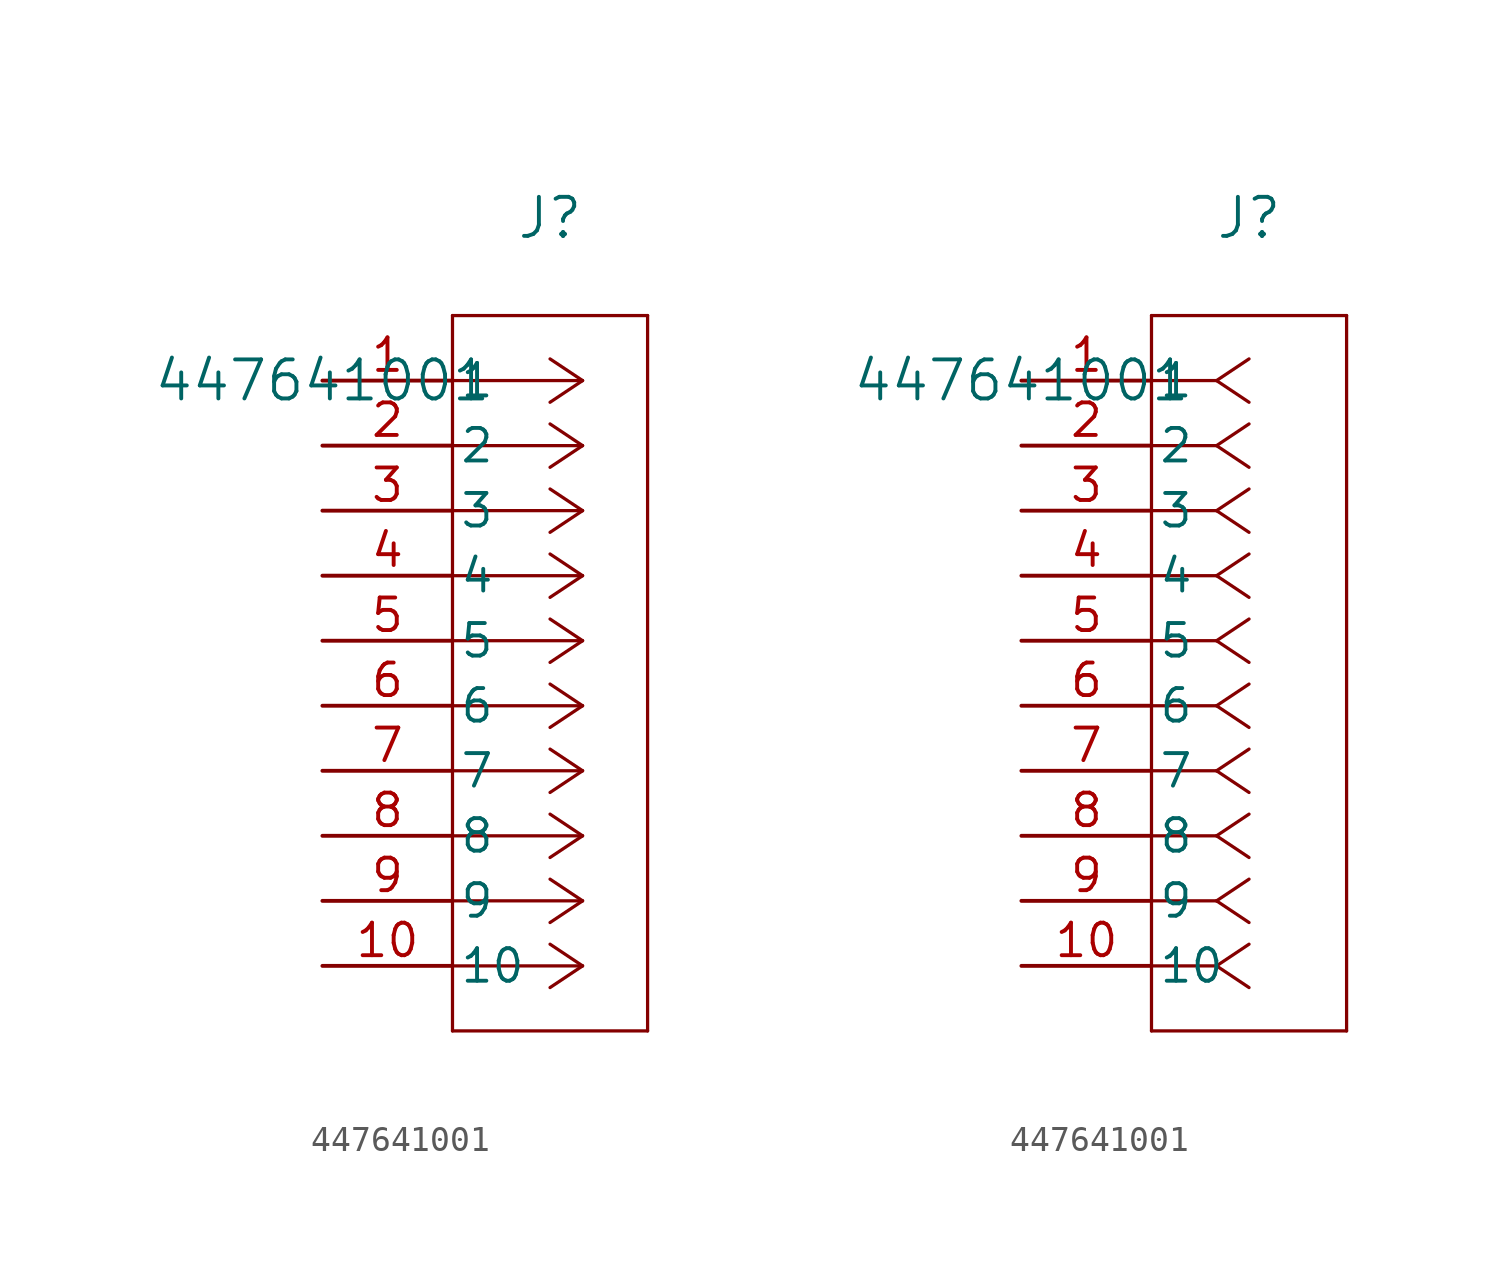
<source format=kicad_sym>
(kicad_symbol_lib
  (version 20211014)
  (generator kicad_symbol_editor)
  (symbol "447641001"
    (pin_names
      (offset 0.254))
    (property "Reference" "J"
      (at 8.89 6.35 0)
      (effects (font (size 1.524 1.524))))
    (property "Value" "447641001"
      (at 0 0 0)
      (effects (font (size 1.524 1.524))))
    (symbol "447641001_1_1"
      (polyline (pts (xy 10.16 0) (xy 5.08 0)) (stroke (width 0.127) (type default) (color 0 0 0 0)) (fill (type none)))
      (polyline (pts (xy 10.16 -2.54) (xy 5.08 -2.54)) (stroke (width 0.127) (type default) (color 0 0 0 0)) (fill (type none)))
      (polyline (pts (xy 10.16 -5.08) (xy 5.08 -5.08)) (stroke (width 0.127) (type default) (color 0 0 0 0)) (fill (type none)))
      (polyline (pts (xy 10.16 -7.62) (xy 5.08 -7.62)) (stroke (width 0.127) (type default) (color 0 0 0 0)) (fill (type none)))
      (polyline (pts (xy 10.16 -10.16) (xy 5.08 -10.16)) (stroke (width 0.127) (type default) (color 0 0 0 0)) (fill (type none)))
      (polyline (pts (xy 10.16 -12.7) (xy 5.08 -12.7)) (stroke (width 0.127) (type default) (color 0 0 0 0)) (fill (type none)))
      (polyline (pts (xy 10.16 -15.24) (xy 5.08 -15.24)) (stroke (width 0.127) (type default) (color 0 0 0 0)) (fill (type none)))
      (polyline (pts (xy 10.16 -17.78) (xy 5.08 -17.78)) (stroke (width 0.127) (type default) (color 0 0 0 0)) (fill (type none)))
      (polyline (pts (xy 10.16 -20.32) (xy 5.08 -20.32)) (stroke (width 0.127) (type default) (color 0 0 0 0)) (fill (type none)))
      (polyline (pts (xy 10.16 -22.86) (xy 5.08 -22.86)) (stroke (width 0.127) (type default) (color 0 0 0 0)) (fill (type none)))
      (polyline (pts (xy 10.16 0) (xy 8.89 0.847)) (stroke (width 0.127) (type default) (color 0 0 0 0)) (fill (type none)))
      (polyline (pts (xy 10.16 -2.54) (xy 8.89 -1.693)) (stroke (width 0.127) (type default) (color 0 0 0 0)) (fill (type none)))
      (polyline (pts (xy 10.16 -5.08) (xy 8.89 -4.233)) (stroke (width 0.127) (type default) (color 0 0 0 0)) (fill (type none)))
      (polyline (pts (xy 10.16 -7.62) (xy 8.89 -6.773)) (stroke (width 0.127) (type default) (color 0 0 0 0)) (fill (type none)))
      (polyline (pts (xy 10.16 -10.16) (xy 8.89 -9.313)) (stroke (width 0.127) (type default) (color 0 0 0 0)) (fill (type none)))
      (polyline (pts (xy 10.16 -12.7) (xy 8.89 -11.853)) (stroke (width 0.127) (type default) (color 0 0 0 0)) (fill (type none)))
      (polyline (pts (xy 10.16 -15.24) (xy 8.89 -14.393)) (stroke (width 0.127) (type default) (color 0 0 0 0)) (fill (type none)))
      (polyline (pts (xy 10.16 -17.78) (xy 8.89 -16.933)) (stroke (width 0.127) (type default) (color 0 0 0 0)) (fill (type none)))
      (polyline (pts (xy 10.16 -20.32) (xy 8.89 -19.473)) (stroke (width 0.127) (type default) (color 0 0 0 0)) (fill (type none)))
      (polyline (pts (xy 10.16 -22.86) (xy 8.89 -22.013)) (stroke (width 0.127) (type default) (color 0 0 0 0)) (fill (type none)))
      (polyline (pts (xy 10.16 0) (xy 8.89 -0.847)) (stroke (width 0.127) (type default) (color 0 0 0 0)) (fill (type none)))
      (polyline (pts (xy 10.16 -2.54) (xy 8.89 -3.387)) (stroke (width 0.127) (type default) (color 0 0 0 0)) (fill (type none)))
      (polyline (pts (xy 10.16 -5.08) (xy 8.89 -5.927)) (stroke (width 0.127) (type default) (color 0 0 0 0)) (fill (type none)))
      (polyline (pts (xy 10.16 -7.62) (xy 8.89 -8.467)) (stroke (width 0.127) (type default) (color 0 0 0 0)) (fill (type none)))
      (polyline (pts (xy 10.16 -10.16) (xy 8.89 -11.007)) (stroke (width 0.127) (type default) (color 0 0 0 0)) (fill (type none)))
      (polyline (pts (xy 10.16 -12.7) (xy 8.89 -13.547)) (stroke (width 0.127) (type default) (color 0 0 0 0)) (fill (type none)))
      (polyline (pts (xy 10.16 -15.24) (xy 8.89 -16.087)) (stroke (width 0.127) (type default) (color 0 0 0 0)) (fill (type none)))
      (polyline (pts (xy 10.16 -17.78) (xy 8.89 -18.627)) (stroke (width 0.127) (type default) (color 0 0 0 0)) (fill (type none)))
      (polyline (pts (xy 10.16 -20.32) (xy 8.89 -21.167)) (stroke (width 0.127) (type default) (color 0 0 0 0)) (fill (type none)))
      (polyline (pts (xy 10.16 -22.86) (xy 8.89 -23.707)) (stroke (width 0.127) (type default) (color 0 0 0 0)) (fill (type none)))
      (polyline (pts (xy 5.08 2.54) (xy 5.08 -25.4)) (stroke (width 0.127) (type default) (color 0 0 0 0)) (fill (type none)))
      (polyline (pts (xy 5.08 -25.4) (xy 12.7 -25.4)) (stroke (width 0.127) (type default) (color 0 0 0 0)) (fill (type none)))
      (polyline (pts (xy 12.7 -25.4) (xy 12.7 2.54)) (stroke (width 0.127) (type default) (color 0 0 0 0)) (fill (type none)))
      (polyline (pts (xy 12.7 2.54) (xy 5.08 2.54)) (stroke (width 0.127) (type default) (color 0 0 0 0)) (fill (type none)))
      (pin unspecified line (at 0 0 0) (length 5.08) (name "1" (effects (font (size 1.27 1.27)))) (number "1" (effects (font (size 1.27 1.27)))))
      (pin unspecified line (at 0 -2.54 0) (length 5.08) (name "2" (effects (font (size 1.27 1.27)))) (number "2" (effects (font (size 1.27 1.27)))))
      (pin unspecified line (at 0 -5.08 0) (length 5.08) (name "3" (effects (font (size 1.27 1.27)))) (number "3" (effects (font (size 1.27 1.27)))))
      (pin unspecified line (at 0 -7.62 0) (length 5.08) (name "4" (effects (font (size 1.27 1.27)))) (number "4" (effects (font (size 1.27 1.27)))))
      (pin unspecified line (at 0 -10.16 0) (length 5.08) (name "5" (effects (font (size 1.27 1.27)))) (number "5" (effects (font (size 1.27 1.27)))))
      (pin unspecified line (at 0 -12.7 0) (length 5.08) (name "6" (effects (font (size 1.27 1.27)))) (number "6" (effects (font (size 1.27 1.27)))))
      (pin unspecified line (at 0 -15.24 0) (length 5.08) (name "7" (effects (font (size 1.27 1.27)))) (number "7" (effects (font (size 1.27 1.27)))))
      (pin unspecified line (at 0 -17.78 0) (length 5.08) (name "8" (effects (font (size 1.27 1.27)))) (number "8" (effects (font (size 1.27 1.27)))))
      (pin unspecified line (at 0 -20.32 0) (length 5.08) (name "9" (effects (font (size 1.27 1.27)))) (number "9" (effects (font (size 1.27 1.27)))))
      (pin unspecified line (at 0 -22.86 0) (length 5.08) (name "10" (effects (font (size 1.27 1.27)))) (number "10" (effects (font (size 1.27 1.27))))))
    (symbol "447641001_1_2"
      (polyline (pts (xy 7.62 0) (xy 5.08 0)) (stroke (width 0.127) (type default) (color 0 0 0 0)) (fill (type none)))
      (polyline (pts (xy 7.62 -2.54) (xy 5.08 -2.54)) (stroke (width 0.127) (type default) (color 0 0 0 0)) (fill (type none)))
      (polyline (pts (xy 7.62 -5.08) (xy 5.08 -5.08)) (stroke (width 0.127) (type default) (color 0 0 0 0)) (fill (type none)))
      (polyline (pts (xy 7.62 -7.62) (xy 5.08 -7.62)) (stroke (width 0.127) (type default) (color 0 0 0 0)) (fill (type none)))
      (polyline (pts (xy 7.62 -10.16) (xy 5.08 -10.16)) (stroke (width 0.127) (type default) (color 0 0 0 0)) (fill (type none)))
      (polyline (pts (xy 7.62 -12.7) (xy 5.08 -12.7)) (stroke (width 0.127) (type default) (color 0 0 0 0)) (fill (type none)))
      (polyline (pts (xy 7.62 -15.24) (xy 5.08 -15.24)) (stroke (width 0.127) (type default) (color 0 0 0 0)) (fill (type none)))
      (polyline (pts (xy 7.62 -17.78) (xy 5.08 -17.78)) (stroke (width 0.127) (type default) (color 0 0 0 0)) (fill (type none)))
      (polyline (pts (xy 7.62 -20.32) (xy 5.08 -20.32)) (stroke (width 0.127) (type default) (color 0 0 0 0)) (fill (type none)))
      (polyline (pts (xy 7.62 -22.86) (xy 5.08 -22.86)) (stroke (width 0.127) (type default) (color 0 0 0 0)) (fill (type none)))
      (polyline (pts (xy 7.62 0) (xy 8.89 0.847)) (stroke (width 0.127) (type default) (color 0 0 0 0)) (fill (type none)))
      (polyline (pts (xy 7.62 -2.54) (xy 8.89 -1.693)) (stroke (width 0.127) (type default) (color 0 0 0 0)) (fill (type none)))
      (polyline (pts (xy 7.62 -5.08) (xy 8.89 -4.233)) (stroke (width 0.127) (type default) (color 0 0 0 0)) (fill (type none)))
      (polyline (pts (xy 7.62 -7.62) (xy 8.89 -6.773)) (stroke (width 0.127) (type default) (color 0 0 0 0)) (fill (type none)))
      (polyline (pts (xy 7.62 -10.16) (xy 8.89 -9.313)) (stroke (width 0.127) (type default) (color 0 0 0 0)) (fill (type none)))
      (polyline (pts (xy 7.62 -12.7) (xy 8.89 -11.853)) (stroke (width 0.127) (type default) (color 0 0 0 0)) (fill (type none)))
      (polyline (pts (xy 7.62 -15.24) (xy 8.89 -14.393)) (stroke (width 0.127) (type default) (color 0 0 0 0)) (fill (type none)))
      (polyline (pts (xy 7.62 -17.78) (xy 8.89 -16.933)) (stroke (width 0.127) (type default) (color 0 0 0 0)) (fill (type none)))
      (polyline (pts (xy 7.62 -20.32) (xy 8.89 -19.473)) (stroke (width 0.127) (type default) (color 0 0 0 0)) (fill (type none)))
      (polyline (pts (xy 7.62 -22.86) (xy 8.89 -22.013)) (stroke (width 0.127) (type default) (color 0 0 0 0)) (fill (type none)))
      (polyline (pts (xy 7.62 0) (xy 8.89 -0.847)) (stroke (width 0.127) (type default) (color 0 0 0 0)) (fill (type none)))
      (polyline (pts (xy 7.62 -2.54) (xy 8.89 -3.387)) (stroke (width 0.127) (type default) (color 0 0 0 0)) (fill (type none)))
      (polyline (pts (xy 7.62 -5.08) (xy 8.89 -5.927)) (stroke (width 0.127) (type default) (color 0 0 0 0)) (fill (type none)))
      (polyline (pts (xy 7.62 -7.62) (xy 8.89 -8.467)) (stroke (width 0.127) (type default) (color 0 0 0 0)) (fill (type none)))
      (polyline (pts (xy 7.62 -10.16) (xy 8.89 -11.007)) (stroke (width 0.127) (type default) (color 0 0 0 0)) (fill (type none)))
      (polyline (pts (xy 7.62 -12.7) (xy 8.89 -13.547)) (stroke (width 0.127) (type default) (color 0 0 0 0)) (fill (type none)))
      (polyline (pts (xy 7.62 -15.24) (xy 8.89 -16.087)) (stroke (width 0.127) (type default) (color 0 0 0 0)) (fill (type none)))
      (polyline (pts (xy 7.62 -17.78) (xy 8.89 -18.627)) (stroke (width 0.127) (type default) (color 0 0 0 0)) (fill (type none)))
      (polyline (pts (xy 7.62 -20.32) (xy 8.89 -21.167)) (stroke (width 0.127) (type default) (color 0 0 0 0)) (fill (type none)))
      (polyline (pts (xy 7.62 -22.86) (xy 8.89 -23.707)) (stroke (width 0.127) (type default) (color 0 0 0 0)) (fill (type none)))
      (polyline (pts (xy 5.08 2.54) (xy 5.08 -25.4)) (stroke (width 0.127) (type default) (color 0 0 0 0)) (fill (type none)))
      (polyline (pts (xy 5.08 -25.4) (xy 12.7 -25.4)) (stroke (width 0.127) (type default) (color 0 0 0 0)) (fill (type none)))
      (polyline (pts (xy 12.7 -25.4) (xy 12.7 2.54)) (stroke (width 0.127) (type default) (color 0 0 0 0)) (fill (type none)))
      (polyline (pts (xy 12.7 2.54) (xy 5.08 2.54)) (stroke (width 0.127) (type default) (color 0 0 0 0)) (fill (type none)))
      (pin unspecified line (at 0 0 0) (length 5.08) (name "1" (effects (font (size 1.27 1.27)))) (number "1" (effects (font (size 1.27 1.27)))))
      (pin unspecified line (at 0 -2.54 0) (length 5.08) (name "2" (effects (font (size 1.27 1.27)))) (number "2" (effects (font (size 1.27 1.27)))))
      (pin unspecified line (at 0 -5.08 0) (length 5.08) (name "3" (effects (font (size 1.27 1.27)))) (number "3" (effects (font (size 1.27 1.27)))))
      (pin unspecified line (at 0 -7.62 0) (length 5.08) (name "4" (effects (font (size 1.27 1.27)))) (number "4" (effects (font (size 1.27 1.27)))))
      (pin unspecified line (at 0 -10.16 0) (length 5.08) (name "5" (effects (font (size 1.27 1.27)))) (number "5" (effects (font (size 1.27 1.27)))))
      (pin unspecified line (at 0 -12.7 0) (length 5.08) (name "6" (effects (font (size 1.27 1.27)))) (number "6" (effects (font (size 1.27 1.27)))))
      (pin unspecified line (at 0 -15.24 0) (length 5.08) (name "7" (effects (font (size 1.27 1.27)))) (number "7" (effects (font (size 1.27 1.27)))))
      (pin unspecified line (at 0 -17.78 0) (length 5.08) (name "8" (effects (font (size 1.27 1.27)))) (number "8" (effects (font (size 1.27 1.27)))))
      (pin unspecified line (at 0 -20.32 0) (length 5.08) (name "9" (effects (font (size 1.27 1.27)))) (number "9" (effects (font (size 1.27 1.27)))))
      (pin unspecified line (at 0 -22.86 0) (length 5.08) (name "10" (effects (font (size 1.27 1.27)))) (number "10" (effects (font (size 1.27 1.27))))))))
</source>
